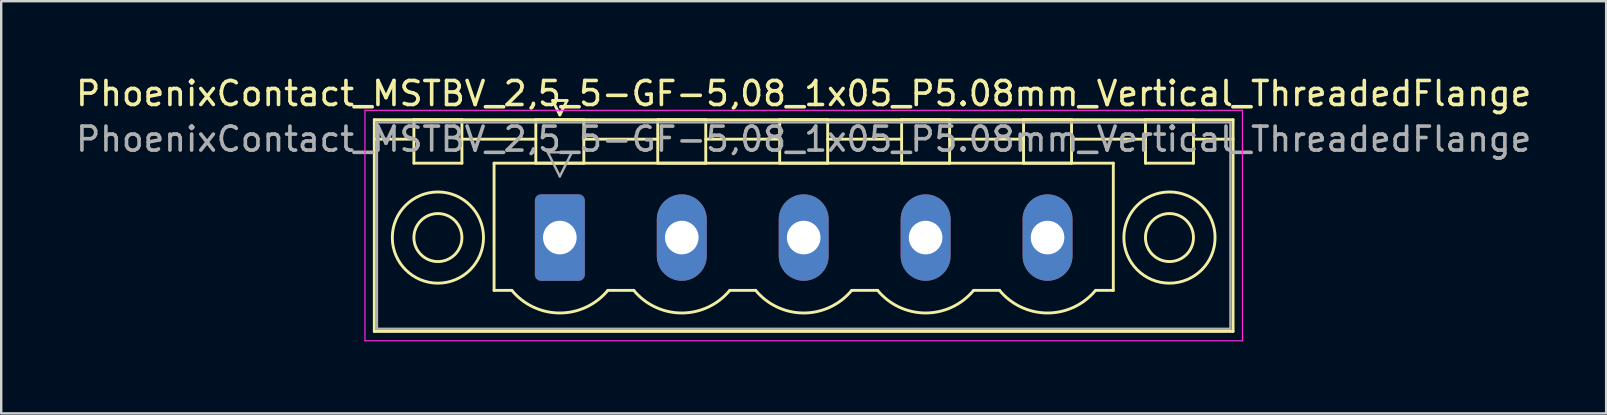
<source format=kicad_pcb>
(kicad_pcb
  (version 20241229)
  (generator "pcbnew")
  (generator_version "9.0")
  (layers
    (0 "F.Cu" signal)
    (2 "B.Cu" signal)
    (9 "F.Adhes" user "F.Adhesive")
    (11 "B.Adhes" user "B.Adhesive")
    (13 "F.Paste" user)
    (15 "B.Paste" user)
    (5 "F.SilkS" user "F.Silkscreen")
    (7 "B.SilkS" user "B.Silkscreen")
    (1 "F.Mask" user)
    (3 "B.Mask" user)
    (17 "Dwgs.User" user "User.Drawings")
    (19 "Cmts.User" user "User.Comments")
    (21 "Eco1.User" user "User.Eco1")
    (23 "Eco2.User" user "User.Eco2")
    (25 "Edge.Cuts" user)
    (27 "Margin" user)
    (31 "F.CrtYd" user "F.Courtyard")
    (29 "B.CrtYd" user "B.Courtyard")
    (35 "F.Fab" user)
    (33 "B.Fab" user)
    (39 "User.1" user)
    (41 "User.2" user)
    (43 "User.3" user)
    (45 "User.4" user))
  (footprint "PhoenixContact_MSTBV_2,5_5-GF-5,08_1x05_P5.08mm_Vertical_ThreadedFlange"
    (layer "F.Cu")
    (at 20.275 6.848)
    (property "Reference" "PhoenixContact_MSTBV_2,5_5-GF-5,08_1x05_P5.08mm_Vertical_ThreadedFlange" (at 10.16 -6 0) (layer "F.SilkS") (effects (font (size 1 1) (thickness 0.15))))
    (attr through_hole)
    (fp_line (start -7.73 -4.91) (end -7.73 3.91) (stroke (width 0.12) (type solid)) (layer "F.SilkS"))
    (fp_line (start -7.73 -4.1) (end -6.19 -4.1) (stroke (width 0.12) (type solid)) (layer "F.SilkS"))
    (fp_line (start -7.73 3.91) (end 28.05 3.91) (stroke (width 0.12) (type solid)) (layer "F.SilkS"))
    (fp_line (start -6.08 -4.91) (end -4.08 -4.91) (stroke (width 0.12) (type solid)) (layer "F.SilkS"))
    (fp_line (start -6.08 -3.1) (end -6.08 -4.91) (stroke (width 0.12) (type solid)) (layer "F.SilkS"))
    (fp_line (start -4.08 -4.91) (end -4.08 -3.1) (stroke (width 0.12) (type solid)) (layer "F.SilkS"))
    (fp_line (start -4.08 -4.1) (end -1 -4.1) (stroke (width 0.12) (type solid)) (layer "F.SilkS"))
    (fp_line (start -4.08 -3.1) (end -6.08 -3.1) (stroke (width 0.12) (type solid)) (layer "F.SilkS"))
    (fp_line (start -2.74 -3.1) (end 23.06 -3.1) (stroke (width 0.12) (type solid)) (layer "F.SilkS"))
    (fp_line (start -2.74 2.2) (end -2.74 -3.1) (stroke (width 0.12) (type solid)) (layer "F.SilkS"))
    (fp_line (start -2 2.2) (end -2.74 2.2) (stroke (width 0.12) (type solid)) (layer "F.SilkS"))
    (fp_line (start -1 -4.91) (end 1 -4.91) (stroke (width 0.12) (type solid)) (layer "F.SilkS"))
    (fp_line (start -1 -3.1) (end -1 -4.91) (stroke (width 0.12) (type solid)) (layer "F.SilkS"))
    (fp_line (start -0.3 -5.71) (end 0.3 -5.71) (stroke (width 0.12) (type solid)) (layer "F.SilkS"))
    (fp_line (start 0 -5.11) (end -0.3 -5.71) (stroke (width 0.12) (type solid)) (layer "F.SilkS"))
    (fp_line (start 0.3 -5.71) (end 0 -5.11) (stroke (width 0.12) (type solid)) (layer "F.SilkS"))
    (fp_line (start 1 -4.91) (end 1 -3.1) (stroke (width 0.12) (type solid)) (layer "F.SilkS"))
    (fp_line (start 1 -4.1) (end 4.08 -4.1) (stroke (width 0.12) (type solid)) (layer "F.SilkS"))
    (fp_line (start 1 -3.1) (end -1 -3.1) (stroke (width 0.12) (type solid)) (layer "F.SilkS"))
    (fp_line (start 2 2.2) (end 3.08 2.2) (stroke (width 0.12) (type solid)) (layer "F.SilkS"))
    (fp_line (start 4.08 -4.91) (end 6.08 -4.91) (stroke (width 0.12) (type solid)) (layer "F.SilkS"))
    (fp_line (start 4.08 -3.1) (end 4.08 -4.91) (stroke (width 0.12) (type solid)) (layer "F.SilkS"))
    (fp_line (start 6.08 -4.91) (end 6.08 -3.1) (stroke (width 0.12) (type solid)) (layer "F.SilkS"))
    (fp_line (start 6.08 -4.1) (end 9.16 -4.1) (stroke (width 0.12) (type solid)) (layer "F.SilkS"))
    (fp_line (start 6.08 -3.1) (end 4.08 -3.1) (stroke (width 0.12) (type solid)) (layer "F.SilkS"))
    (fp_line (start 7.08 2.2) (end 8.16 2.2) (stroke (width 0.12) (type solid)) (layer "F.SilkS"))
    (fp_line (start 9.16 -4.91) (end 11.16 -4.91) (stroke (width 0.12) (type solid)) (layer "F.SilkS"))
    (fp_line (start 9.16 -3.1) (end 9.16 -4.91) (stroke (width 0.12) (type solid)) (layer "F.SilkS"))
    (fp_line (start 11.16 -4.91) (end 11.16 -3.1) (stroke (width 0.12) (type solid)) (layer "F.SilkS"))
    (fp_line (start 11.16 -4.1) (end 14.24 -4.1) (stroke (width 0.12) (type solid)) (layer "F.SilkS"))
    (fp_line (start 11.16 -3.1) (end 9.16 -3.1) (stroke (width 0.12) (type solid)) (layer "F.SilkS"))
    (fp_line (start 12.16 2.2) (end 13.24 2.2) (stroke (width 0.12) (type solid)) (layer "F.SilkS"))
    (fp_line (start 14.24 -4.91) (end 16.24 -4.91) (stroke (width 0.12) (type solid)) (layer "F.SilkS"))
    (fp_line (start 14.24 -3.1) (end 14.24 -4.91) (stroke (width 0.12) (type solid)) (layer "F.SilkS"))
    (fp_line (start 16.24 -4.91) (end 16.24 -3.1) (stroke (width 0.12) (type solid)) (layer "F.SilkS"))
    (fp_line (start 16.24 -4.1) (end 19.32 -4.1) (stroke (width 0.12) (type solid)) (layer "F.SilkS"))
    (fp_line (start 16.24 -3.1) (end 14.24 -3.1) (stroke (width 0.12) (type solid)) (layer "F.SilkS"))
    (fp_line (start 17.24 2.2) (end 18.32 2.2) (stroke (width 0.12) (type solid)) (layer "F.SilkS"))
    (fp_line (start 19.32 -4.91) (end 21.32 -4.91) (stroke (width 0.12) (type solid)) (layer "F.SilkS"))
    (fp_line (start 19.32 -3.1) (end 19.32 -4.91) (stroke (width 0.12) (type solid)) (layer "F.SilkS"))
    (fp_line (start 21.32 -4.91) (end 21.32 -3.1) (stroke (width 0.12) (type solid)) (layer "F.SilkS"))
    (fp_line (start 21.32 -4.1) (end 24.4 -4.1) (stroke (width 0.12) (type solid)) (layer "F.SilkS"))
    (fp_line (start 21.32 -3.1) (end 19.32 -3.1) (stroke (width 0.12) (type solid)) (layer "F.SilkS"))
    (fp_line (start 23.06 -3.1) (end 23.06 2.2) (stroke (width 0.12) (type solid)) (layer "F.SilkS"))
    (fp_line (start 23.06 2.2) (end 22.32 2.2) (stroke (width 0.12) (type solid)) (layer "F.SilkS"))
    (fp_line (start 24.4 -4.91) (end 26.4 -4.91) (stroke (width 0.12) (type solid)) (layer "F.SilkS"))
    (fp_line (start 24.4 -3.1) (end 24.4 -4.91) (stroke (width 0.12) (type solid)) (layer "F.SilkS"))
    (fp_line (start 26.4 -4.91) (end 26.4 -3.1) (stroke (width 0.12) (type solid)) (layer "F.SilkS"))
    (fp_line (start 26.4 -3.1) (end 24.4 -3.1) (stroke (width 0.12) (type solid)) (layer "F.SilkS"))
    (fp_line (start 28.05 -4.91) (end -7.73 -4.91) (stroke (width 0.12) (type solid)) (layer "F.SilkS"))
    (fp_line (start 28.05 -4.1) (end 26.51 -4.1) (stroke (width 0.12) (type solid)) (layer "F.SilkS"))
    (fp_line (start 28.05 3.91) (end 28.05 -4.91) (stroke (width 0.12) (type solid)) (layer "F.SilkS"))
    (fp_arc (start 1.986842 2.215821) (mid -0.010289 3.142758) (end -2 2.2) (stroke (width 0.12) (type solid)) (layer "F.SilkS"))
    (fp_arc (start 7.066842 2.215821) (mid 5.069711 3.142758) (end 3.08 2.2) (stroke (width 0.12) (type solid)) (layer "F.SilkS"))
    (fp_arc (start 12.146842 2.215821) (mid 10.149711 3.142758) (end 8.16 2.2) (stroke (width 0.12) (type solid)) (layer "F.SilkS"))
    (fp_arc (start 17.226842 2.215821) (mid 15.229711 3.142758) (end 13.24 2.2) (stroke (width 0.12) (type solid)) (layer "F.SilkS"))
    (fp_arc (start 22.306842 2.215821) (mid 20.309711 3.142758) (end 18.32 2.2) (stroke (width 0.12) (type solid)) (layer "F.SilkS"))
    (fp_circle (center -5.08 0) (end -4.08 0) (stroke (width 0.12) (type solid)) (fill no) (layer "F.SilkS"))
    (fp_circle (center -5.08 0) (end -3.18 0) (stroke (width 0.12) (type solid)) (fill no) (layer "F.SilkS"))
    (fp_circle (center 25.4 0) (end 26.4 0) (stroke (width 0.12) (type solid)) (fill no) (layer "F.SilkS"))
    (fp_circle (center 25.4 0) (end 27.3 0) (stroke (width 0.12) (type solid)) (fill no) (layer "F.SilkS"))
    (fp_line (start -8.12 -5.3) (end -8.12 4.3) (stroke (width 0.05) (type solid)) (layer "F.CrtYd"))
    (fp_line (start -8.12 4.3) (end 28.44 4.3) (stroke (width 0.05) (type solid)) (layer "F.CrtYd"))
    (fp_line (start 28.44 -5.3) (end -8.12 -5.3) (stroke (width 0.05) (type solid)) (layer "F.CrtYd"))
    (fp_line (start 28.44 4.3) (end 28.44 -5.3) (stroke (width 0.05) (type solid)) (layer "F.CrtYd"))
    (fp_line (start -7.62 -4.8) (end -7.62 3.8) (stroke (width 0.1) (type solid)) (layer "F.Fab"))
    (fp_line (start -7.62 3.8) (end 27.94 3.8) (stroke (width 0.1) (type solid)) (layer "F.Fab"))
    (fp_line (start -0.5 -3.55) (end 0.5 -3.55) (stroke (width 0.1) (type solid)) (layer "F.Fab"))
    (fp_line (start 0 -2.55) (end -0.5 -3.55) (stroke (width 0.1) (type solid)) (layer "F.Fab"))
    (fp_line (start 0.5 -3.55) (end 0 -2.55) (stroke (width 0.1) (type solid)) (layer "F.Fab"))
    (fp_line (start 27.94 -4.8) (end -7.62 -4.8) (stroke (width 0.1) (type solid)) (layer "F.Fab"))
    (fp_line (start 27.94 3.8) (end 27.94 -4.8) (stroke (width 0.1) (type solid)) (layer "F.Fab"))
    (fp_text user "${REFERENCE}" (at 10.16 -4.1 0) (layer "F.Fab") (effects (font (size 1 1) (thickness 0.15))))
    (pad "1" thru_hole roundrect (at 0 0) (size 2.08 3.6) (drill 1.4) (layers "*.Cu" "*.Mask") (roundrect_rratio 0.12))
    (pad "2" thru_hole oval (at 5.08 0) (size 2.08 3.6) (drill 1.4) (layers "*.Cu" "*.Mask"))
    (pad "3" thru_hole oval (at 10.16 0) (size 2.08 3.6) (drill 1.4) (layers "*.Cu" "*.Mask"))
    (pad "4" thru_hole oval (at 15.24 0) (size 2.08 3.6) (drill 1.4) (layers "*.Cu" "*.Mask"))
    (pad "5" thru_hole oval (at 20.32 0) (size 2.08 3.6) (drill 1.4) (layers "*.Cu" "*.Mask")))
  (gr_rect
    (start -3 -3)
    (end 63.869 14.173)
    (stroke (width 0.1) (type default))
    (fill no)
    (layer "Edge.Cuts")))
</source>
